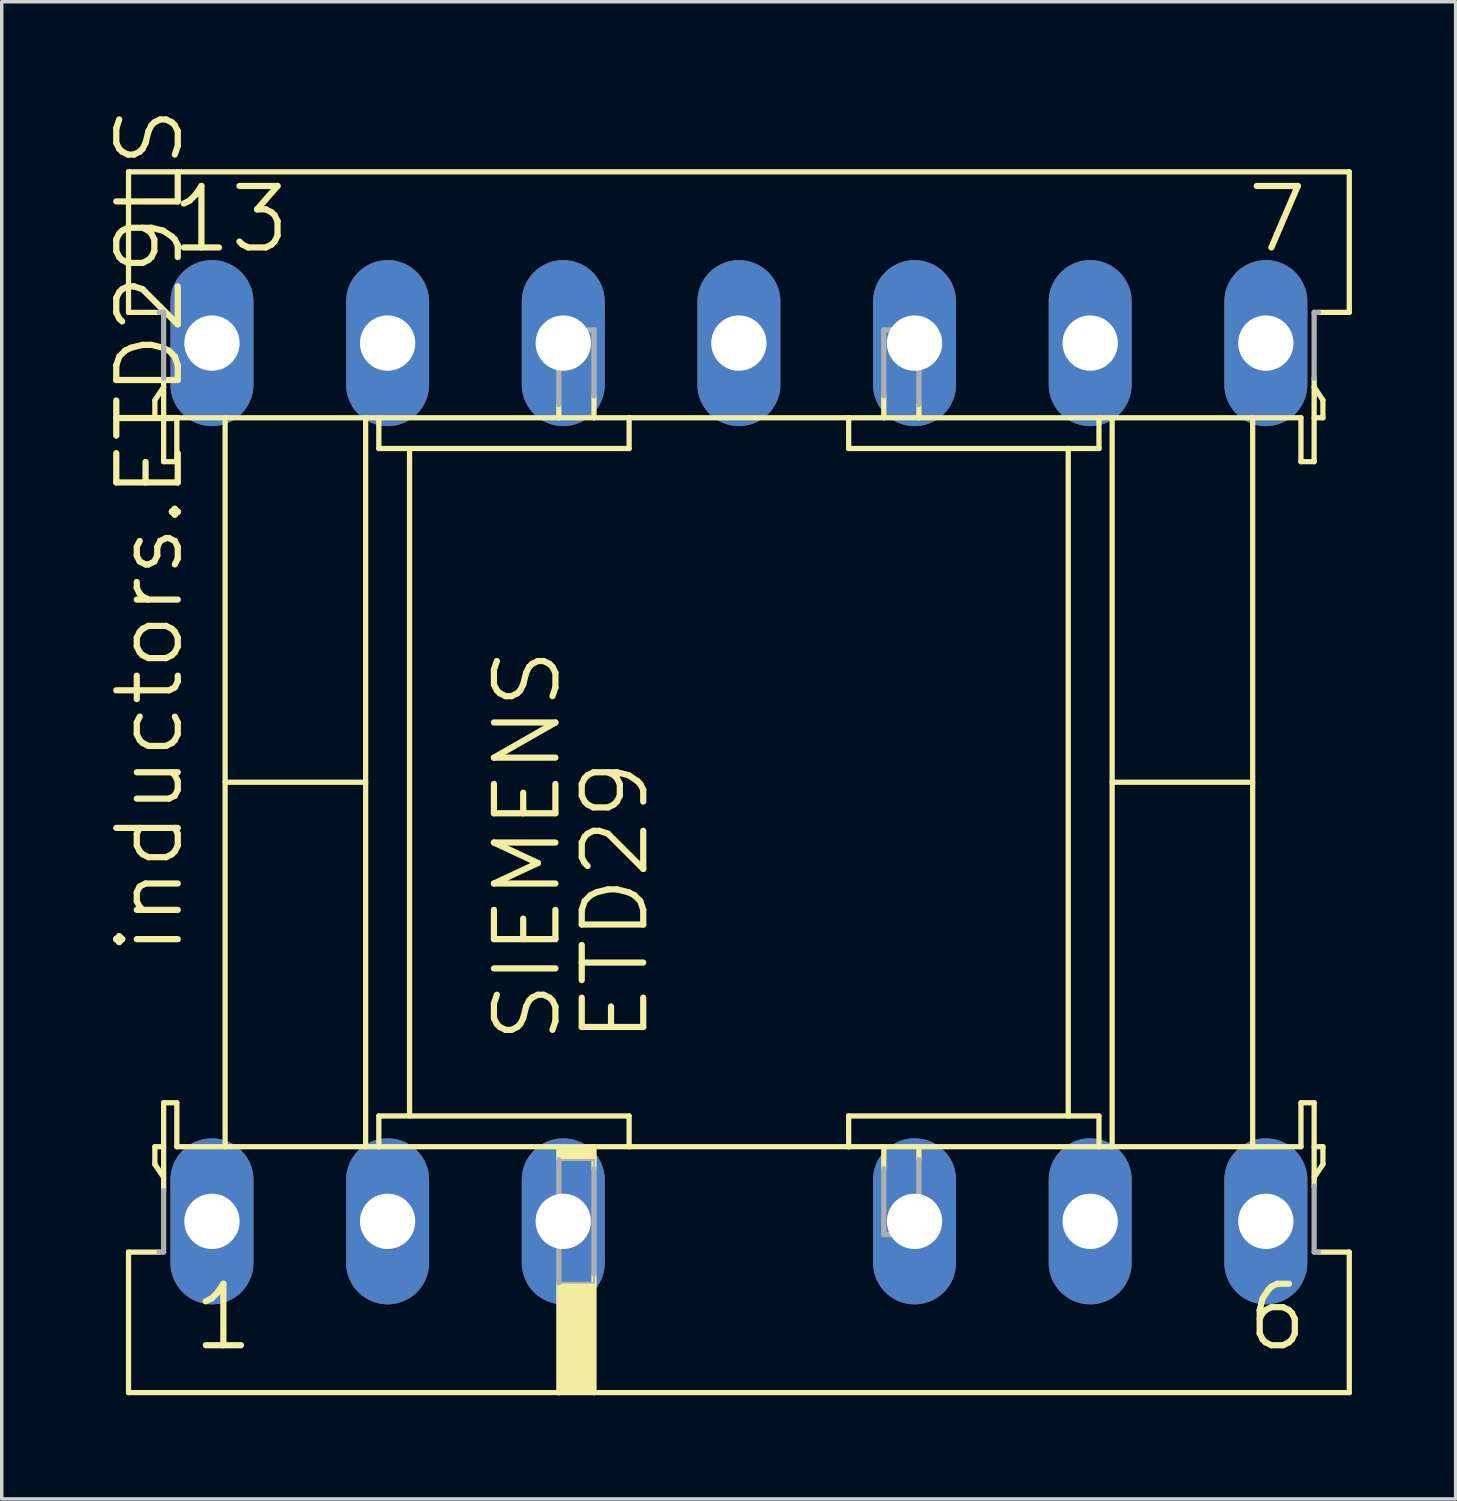
<source format=kicad_pcb>
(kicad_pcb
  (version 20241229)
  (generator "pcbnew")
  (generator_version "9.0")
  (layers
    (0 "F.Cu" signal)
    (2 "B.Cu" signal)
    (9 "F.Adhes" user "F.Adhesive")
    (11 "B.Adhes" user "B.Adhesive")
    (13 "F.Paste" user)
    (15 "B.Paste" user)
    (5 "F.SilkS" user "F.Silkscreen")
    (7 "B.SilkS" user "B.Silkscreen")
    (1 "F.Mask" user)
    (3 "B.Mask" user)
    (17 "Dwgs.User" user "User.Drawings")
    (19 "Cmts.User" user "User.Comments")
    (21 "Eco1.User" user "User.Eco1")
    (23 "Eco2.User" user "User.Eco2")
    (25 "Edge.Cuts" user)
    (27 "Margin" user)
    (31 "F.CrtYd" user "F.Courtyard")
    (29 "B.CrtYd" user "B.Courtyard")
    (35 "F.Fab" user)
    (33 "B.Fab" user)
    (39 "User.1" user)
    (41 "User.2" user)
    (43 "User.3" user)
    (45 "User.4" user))
  (footprint "inductors.ETD29LS"
    (layer "F.Cu")
    (at 18.32 19.573)
    (property "Reference" "inductors.ETD29LS" (at -16.002 5.08 90) (layer "F.SilkS") (effects (font (size 1.778 1.778) (thickness 0.18)) (justify left bottom)))
    (attr through_hole)
    (fp_line (start -17.653 -17.653) (end 17.653 -17.653) (stroke (width 0.152) (type default)) (layer "F.SilkS"))
    (fp_line (start -17.653 -13.589) (end -17.653 -17.653) (stroke (width 0.152) (type default)) (layer "F.SilkS"))
    (fp_line (start -17.653 -13.589) (end -16.764 -13.589) (stroke (width 0.152) (type default)) (layer "F.SilkS"))
    (fp_line (start -17.653 13.589) (end -16.764 13.589) (stroke (width 0.152) (type default)) (layer "F.SilkS"))
    (fp_line (start -17.653 17.653) (end -17.653 13.589) (stroke (width 0.152) (type default)) (layer "F.SilkS"))
    (fp_line (start -16.891 -11.049) (end -16.637 -11.43) (stroke (width 0.152) (type default)) (layer "F.SilkS"))
    (fp_line (start -16.891 -10.541) (end -16.891 -11.049) (stroke (width 0.152) (type default)) (layer "F.SilkS"))
    (fp_line (start -16.891 10.541) (end -16.891 11.049) (stroke (width 0.152) (type default)) (layer "F.SilkS"))
    (fp_line (start -16.891 11.049) (end -16.637 11.43) (stroke (width 0.152) (type default)) (layer "F.SilkS"))
    (fp_line (start -16.637 -10.541) (end -16.891 -10.541) (stroke (width 0.152) (type default)) (layer "F.SilkS"))
    (fp_line (start -16.637 -9.271) (end -16.637 -11.684) (stroke (width 0.152) (type default)) (layer "F.SilkS"))
    (fp_line (start -16.637 -9.271) (end -16.256 -9.271) (stroke (width 0.152) (type default)) (layer "F.SilkS"))
    (fp_line (start -16.637 9.271) (end -16.637 11.811) (stroke (width 0.152) (type default)) (layer "F.SilkS"))
    (fp_line (start -16.637 9.271) (end -16.256 9.271) (stroke (width 0.152) (type default)) (layer "F.SilkS"))
    (fp_line (start -16.637 10.541) (end -16.891 10.541) (stroke (width 0.152) (type default)) (layer "F.SilkS"))
    (fp_line (start -16.256 -10.541) (end -14.859 -10.541) (stroke (width 0.152) (type default)) (layer "F.SilkS"))
    (fp_line (start -16.256 -9.271) (end -16.256 -10.541) (stroke (width 0.152) (type default)) (layer "F.SilkS"))
    (fp_line (start -16.256 9.271) (end -16.256 10.541) (stroke (width 0.152) (type default)) (layer "F.SilkS"))
    (fp_line (start -16.256 10.541) (end -14.859 10.541) (stroke (width 0.152) (type default)) (layer "F.SilkS"))
    (fp_line (start -14.859 -10.541) (end -10.795 -10.541) (stroke (width 0.152) (type default)) (layer "F.SilkS"))
    (fp_line (start -14.859 10.541) (end -14.859 -10.541) (stroke (width 0.152) (type default)) (layer "F.SilkS"))
    (fp_line (start -14.859 10.541) (end -10.795 10.541) (stroke (width 0.152) (type default)) (layer "F.SilkS"))
    (fp_line (start -10.795 -10.541) (end -10.414 -10.541) (stroke (width 0.152) (type default)) (layer "F.SilkS"))
    (fp_line (start -10.795 0) (end -14.859 0) (stroke (width 0.152) (type default)) (layer "F.SilkS"))
    (fp_line (start -10.795 10.541) (end -10.795 -10.541) (stroke (width 0.152) (type default)) (layer "F.SilkS"))
    (fp_line (start -10.795 10.541) (end -10.414 10.541) (stroke (width 0.152) (type default)) (layer "F.SilkS"))
    (fp_line (start -10.414 -10.541) (end -5.207 -10.541) (stroke (width 0.152) (type default)) (layer "F.SilkS"))
    (fp_line (start -10.414 -9.652) (end -10.414 -10.541) (stroke (width 0.152) (type default)) (layer "F.SilkS"))
    (fp_line (start -10.414 -9.652) (end -3.175 -9.652) (stroke (width 0.152) (type default)) (layer "F.SilkS"))
    (fp_line (start -10.414 9.652) (end -3.175 9.652) (stroke (width 0.152) (type default)) (layer "F.SilkS"))
    (fp_line (start -10.414 10.541) (end -10.414 9.652) (stroke (width 0.152) (type default)) (layer "F.SilkS"))
    (fp_line (start -10.414 10.541) (end -5.207 10.541) (stroke (width 0.152) (type default)) (layer "F.SilkS"))
    (fp_line (start -9.525 -9.652) (end -9.525 9.652) (stroke (width 0.152) (type default)) (layer "F.SilkS"))
    (fp_line (start -5.207 -10.541) (end -5.207 -10.922) (stroke (width 0.152) (type default)) (layer "F.SilkS"))
    (fp_line (start -5.207 -10.541) (end -4.191 -10.541) (stroke (width 0.152) (type default)) (layer "F.SilkS"))
    (fp_line (start -5.207 10.541) (end -4.191 10.541) (stroke (width 0.152) (type default)) (layer "F.SilkS"))
    (fp_line (start -5.207 10.922) (end -5.207 10.541) (stroke (width 0.152) (type default)) (layer "F.SilkS"))
    (fp_line (start -5.207 17.653) (end -17.653 17.653) (stroke (width 0.152) (type default)) (layer "F.SilkS"))
    (fp_line (start -5.207 17.653) (end -5.207 14.478) (stroke (width 0.152) (type default)) (layer "F.SilkS"))
    (fp_line (start -4.191 -10.541) (end -4.191 -11.176) (stroke (width 0.152) (type default)) (layer "F.SilkS"))
    (fp_line (start -4.191 -10.541) (end -3.175 -10.541) (stroke (width 0.152) (type default)) (layer "F.SilkS"))
    (fp_line (start -4.191 10.541) (end -4.191 11.176) (stroke (width 0.152) (type default)) (layer "F.SilkS"))
    (fp_line (start -4.191 10.541) (end -3.175 10.541) (stroke (width 0.152) (type default)) (layer "F.SilkS"))
    (fp_line (start -4.191 14.224) (end -4.191 17.653) (stroke (width 0.152) (type default)) (layer "F.SilkS"))
    (fp_line (start -4.191 17.653) (end -5.207 17.653) (stroke (width 0.152) (type default)) (layer "F.SilkS"))
    (fp_line (start -3.175 -10.541) (end 3.175 -10.541) (stroke (width 0.152) (type default)) (layer "F.SilkS"))
    (fp_line (start -3.175 -9.652) (end -3.175 -10.541) (stroke (width 0.152) (type default)) (layer "F.SilkS"))
    (fp_line (start -3.175 9.652) (end -3.175 10.541) (stroke (width 0.152) (type default)) (layer "F.SilkS"))
    (fp_line (start -3.175 10.541) (end 3.175 10.541) (stroke (width 0.152) (type default)) (layer "F.SilkS"))
    (fp_line (start 3.175 -10.541) (end 4.191 -10.541) (stroke (width 0.152) (type default)) (layer "F.SilkS"))
    (fp_line (start 3.175 -9.652) (end 3.175 -10.541) (stroke (width 0.152) (type default)) (layer "F.SilkS"))
    (fp_line (start 3.175 -9.652) (end 9.525 -9.652) (stroke (width 0.152) (type default)) (layer "F.SilkS"))
    (fp_line (start 3.175 9.652) (end 3.175 10.541) (stroke (width 0.152) (type default)) (layer "F.SilkS"))
    (fp_line (start 3.175 9.652) (end 9.525 9.652) (stroke (width 0.152) (type default)) (layer "F.SilkS"))
    (fp_line (start 3.175 10.541) (end 4.191 10.541) (stroke (width 0.152) (type default)) (layer "F.SilkS"))
    (fp_line (start 4.191 -10.541) (end 4.191 -11.176) (stroke (width 0.152) (type default)) (layer "F.SilkS"))
    (fp_line (start 4.191 -10.541) (end 5.207 -10.541) (stroke (width 0.152) (type default)) (layer "F.SilkS"))
    (fp_line (start 4.191 10.541) (end 4.191 11.176) (stroke (width 0.152) (type default)) (layer "F.SilkS"))
    (fp_line (start 4.191 10.541) (end 5.207 10.541) (stroke (width 0.152) (type default)) (layer "F.SilkS"))
    (fp_line (start 5.207 -10.922) (end 5.207 -10.541) (stroke (width 0.152) (type default)) (layer "F.SilkS"))
    (fp_line (start 5.207 -10.541) (end 10.414 -10.541) (stroke (width 0.152) (type default)) (layer "F.SilkS"))
    (fp_line (start 5.207 10.541) (end 10.414 10.541) (stroke (width 0.152) (type default)) (layer "F.SilkS"))
    (fp_line (start 5.207 10.922) (end 5.207 10.541) (stroke (width 0.152) (type default)) (layer "F.SilkS"))
    (fp_line (start 9.525 -9.652) (end 9.525 9.652) (stroke (width 0.152) (type default)) (layer "F.SilkS"))
    (fp_line (start 9.525 -9.652) (end 10.414 -9.652) (stroke (width 0.152) (type default)) (layer "F.SilkS"))
    (fp_line (start 9.525 9.652) (end 10.414 9.652) (stroke (width 0.152) (type default)) (layer "F.SilkS"))
    (fp_line (start 10.414 -10.541) (end 10.795 -10.541) (stroke (width 0.152) (type default)) (layer "F.SilkS"))
    (fp_line (start 10.414 -9.652) (end 10.414 -10.541) (stroke (width 0.152) (type default)) (layer "F.SilkS"))
    (fp_line (start 10.414 10.541) (end 10.414 9.652) (stroke (width 0.152) (type default)) (layer "F.SilkS"))
    (fp_line (start 10.414 10.541) (end 10.795 10.541) (stroke (width 0.152) (type default)) (layer "F.SilkS"))
    (fp_line (start 10.795 -10.541) (end 14.859 -10.541) (stroke (width 0.152) (type default)) (layer "F.SilkS"))
    (fp_line (start 10.795 0) (end 14.859 0) (stroke (width 0.152) (type default)) (layer "F.SilkS"))
    (fp_line (start 10.795 10.541) (end 10.795 -10.541) (stroke (width 0.152) (type default)) (layer "F.SilkS"))
    (fp_line (start 10.795 10.541) (end 14.859 10.541) (stroke (width 0.152) (type default)) (layer "F.SilkS"))
    (fp_line (start 14.859 -10.541) (end 16.256 -10.541) (stroke (width 0.152) (type default)) (layer "F.SilkS"))
    (fp_line (start 14.859 10.541) (end 14.859 -10.541) (stroke (width 0.152) (type default)) (layer "F.SilkS"))
    (fp_line (start 14.859 10.541) (end 16.256 10.541) (stroke (width 0.152) (type default)) (layer "F.SilkS"))
    (fp_line (start 16.256 -9.271) (end 16.256 -10.541) (stroke (width 0.152) (type default)) (layer "F.SilkS"))
    (fp_line (start 16.256 -9.271) (end 16.637 -9.271) (stroke (width 0.152) (type default)) (layer "F.SilkS"))
    (fp_line (start 16.256 9.271) (end 16.256 10.541) (stroke (width 0.152) (type default)) (layer "F.SilkS"))
    (fp_line (start 16.637 -10.541) (end 16.891 -10.541) (stroke (width 0.152) (type default)) (layer "F.SilkS"))
    (fp_line (start 16.637 -9.271) (end 16.637 -11.684) (stroke (width 0.152) (type default)) (layer "F.SilkS"))
    (fp_line (start 16.637 9.271) (end 16.256 9.271) (stroke (width 0.152) (type default)) (layer "F.SilkS"))
    (fp_line (start 16.637 9.271) (end 16.637 11.684) (stroke (width 0.152) (type default)) (layer "F.SilkS"))
    (fp_line (start 16.637 10.541) (end 16.891 10.541) (stroke (width 0.152) (type default)) (layer "F.SilkS"))
    (fp_line (start 16.764 -13.589) (end 17.653 -13.589) (stroke (width 0.152) (type default)) (layer "F.SilkS"))
    (fp_line (start 16.891 -11.049) (end 16.637 -11.43) (stroke (width 0.152) (type default)) (layer "F.SilkS"))
    (fp_line (start 16.891 -10.541) (end 16.891 -11.049) (stroke (width 0.152) (type default)) (layer "F.SilkS"))
    (fp_line (start 16.891 10.541) (end 16.891 11.049) (stroke (width 0.152) (type default)) (layer "F.SilkS"))
    (fp_line (start 16.891 11.049) (end 16.637 11.43) (stroke (width 0.152) (type default)) (layer "F.SilkS"))
    (fp_line (start 17.653 -13.589) (end 17.653 -17.653) (stroke (width 0.152) (type default)) (layer "F.SilkS"))
    (fp_line (start 17.653 13.589) (end 16.764 13.589) (stroke (width 0.152) (type default)) (layer "F.SilkS"))
    (fp_line (start 17.653 13.589) (end 17.653 17.653) (stroke (width 0.152) (type default)) (layer "F.SilkS"))
    (fp_line (start 17.653 17.653) (end -4.191 17.653) (stroke (width 0.152) (type default)) (layer "F.SilkS"))
    (fp_rect (start -5.207 10.922) (end -4.191 10.541) (stroke (width 0.05) (type default)) (fill yes) (layer "F.SilkS"))
    (fp_rect (start -5.207 17.653) (end -4.191 14.478) (stroke (width 0.05) (type default)) (fill yes) (layer "F.SilkS"))
    (fp_line (start -16.764 13.589) (end -16.637 13.589) (stroke (width 0.152) (type default)) (layer "F.Fab"))
    (fp_line (start -16.637 -13.589) (end -16.764 -13.589) (stroke (width 0.152) (type default)) (layer "F.Fab"))
    (fp_line (start -16.637 -11.684) (end -16.637 -13.589) (stroke (width 0.152) (type default)) (layer "F.Fab"))
    (fp_line (start -16.637 13.589) (end -16.637 11.811) (stroke (width 0.152) (type default)) (layer "F.Fab"))
    (fp_line (start -5.207 -13.081) (end -4.191 -13.081) (stroke (width 0.152) (type default)) (layer "F.Fab"))
    (fp_line (start -5.207 -10.922) (end -5.207 -13.081) (stroke (width 0.152) (type default)) (layer "F.Fab"))
    (fp_line (start -5.207 10.922) (end -5.207 14.478) (stroke (width 0.152) (type default)) (layer "F.Fab"))
    (fp_line (start -4.191 -11.176) (end -4.191 -13.081) (stroke (width 0.152) (type default)) (layer "F.Fab"))
    (fp_line (start -4.191 11.176) (end -4.191 14.224) (stroke (width 0.152) (type default)) (layer "F.Fab"))
    (fp_line (start 4.191 -13.081) (end 5.207 -13.081) (stroke (width 0.152) (type default)) (layer "F.Fab"))
    (fp_line (start 4.191 -11.176) (end 4.191 -13.081) (stroke (width 0.152) (type default)) (layer "F.Fab"))
    (fp_line (start 4.191 11.176) (end 4.191 13.081) (stroke (width 0.152) (type default)) (layer "F.Fab"))
    (fp_line (start 4.191 13.081) (end 5.207 13.081) (stroke (width 0.152) (type default)) (layer "F.Fab"))
    (fp_line (start 5.207 -10.922) (end 5.207 -13.081) (stroke (width 0.152) (type default)) (layer "F.Fab"))
    (fp_line (start 5.207 10.922) (end 5.207 13.081) (stroke (width 0.152) (type default)) (layer "F.Fab"))
    (fp_line (start 16.637 -13.589) (end 16.637 -11.684) (stroke (width 0.152) (type default)) (layer "F.Fab"))
    (fp_line (start 16.637 11.684) (end 16.637 13.589) (stroke (width 0.152) (type default)) (layer "F.Fab"))
    (fp_line (start 16.637 13.589) (end 16.764 13.589) (stroke (width 0.152) (type default)) (layer "F.Fab"))
    (fp_line (start 16.764 -13.589) (end 16.637 -13.589) (stroke (width 0.152) (type default)) (layer "F.Fab"))
    (fp_rect (start -5.207 14.478) (end -4.191 10.922) (stroke (width 0.05) (type default)) (fill no) (layer "F.Fab"))
    (fp_text user "6" (at 14.605 16.51 0) (layer "F.SilkS") (effects (font (size 1.778 1.778) (thickness 0.18)) (justify left bottom)))
    (fp_text user "13" (at -16.51 -15.24 0) (layer "F.SilkS") (effects (font (size 1.778 1.778) (thickness 0.18)) (justify left bottom)))
    (fp_text user "SIEMENS" (at -5.08 7.62 90) (layer "F.SilkS") (effects (font (size 1.778 1.778) (thickness 0.18)) (justify left bottom)))
    (fp_text user "7" (at 14.605 -15.24 0) (layer "F.SilkS") (effects (font (size 1.778 1.778) (thickness 0.18)) (justify left bottom)))
    (fp_text user "ETD29" (at -2.54 7.62 90) (layer "F.SilkS") (effects (font (size 1.778 1.778) (thickness 0.18)) (justify left bottom)))
    (fp_text user "1" (at -15.875 16.51 0) (layer "F.SilkS") (effects (font (size 1.778 1.778) (thickness 0.18)) (justify left bottom)))
    (pad "1" thru_hole oval (at -15.24 12.7 90) (size 4.801 2.4) (drill 1.6) (layers "*.Cu" "*.Mask"))
    (pad "2" thru_hole oval (at -10.16 12.7 90) (size 4.801 2.4) (drill 1.6) (layers "*.Cu" "*.Mask"))
    (pad "3" thru_hole oval (at -5.08 12.7 90) (size 4.801 2.4) (drill 1.6) (layers "*.Cu" "*.Mask"))
    (pad "4" thru_hole oval (at 5.08 12.7 90) (size 4.801 2.4) (drill 1.6) (layers "*.Cu" "*.Mask"))
    (pad "5" thru_hole oval (at 10.16 12.7 90) (size 4.801 2.4) (drill 1.6) (layers "*.Cu" "*.Mask"))
    (pad "6" thru_hole oval (at 15.24 12.7 90) (size 4.801 2.4) (drill 1.6) (layers "*.Cu" "*.Mask"))
    (pad "7" thru_hole oval (at 15.24 -12.7 90) (size 4.801 2.4) (drill 1.6) (layers "*.Cu" "*.Mask"))
    (pad "8" thru_hole oval (at 10.16 -12.7 90) (size 4.801 2.4) (drill 1.6) (layers "*.Cu" "*.Mask"))
    (pad "9" thru_hole oval (at 5.08 -12.7 90) (size 4.801 2.4) (drill 1.6) (layers "*.Cu" "*.Mask"))
    (pad "10" thru_hole oval (at 0 -12.7 90) (size 4.801 2.4) (drill 1.6) (layers "*.Cu" "*.Mask"))
    (pad "11" thru_hole oval (at -5.08 -12.7 90) (size 4.801 2.4) (drill 1.6) (layers "*.Cu" "*.Mask"))
    (pad "12" thru_hole oval (at -10.16 -12.7 90) (size 4.801 2.4) (drill 1.6) (layers "*.Cu" "*.Mask"))
    (pad "13" thru_hole oval (at -15.24 -12.7 90) (size 4.801 2.4) (drill 1.6) (layers "*.Cu" "*.Mask")))
  (gr_rect
    (start -3 -3)
    (end 39.049 40.302)
    (stroke (width 0.1) (type default))
    (fill no)
    (layer "Edge.Cuts")))
</source>
